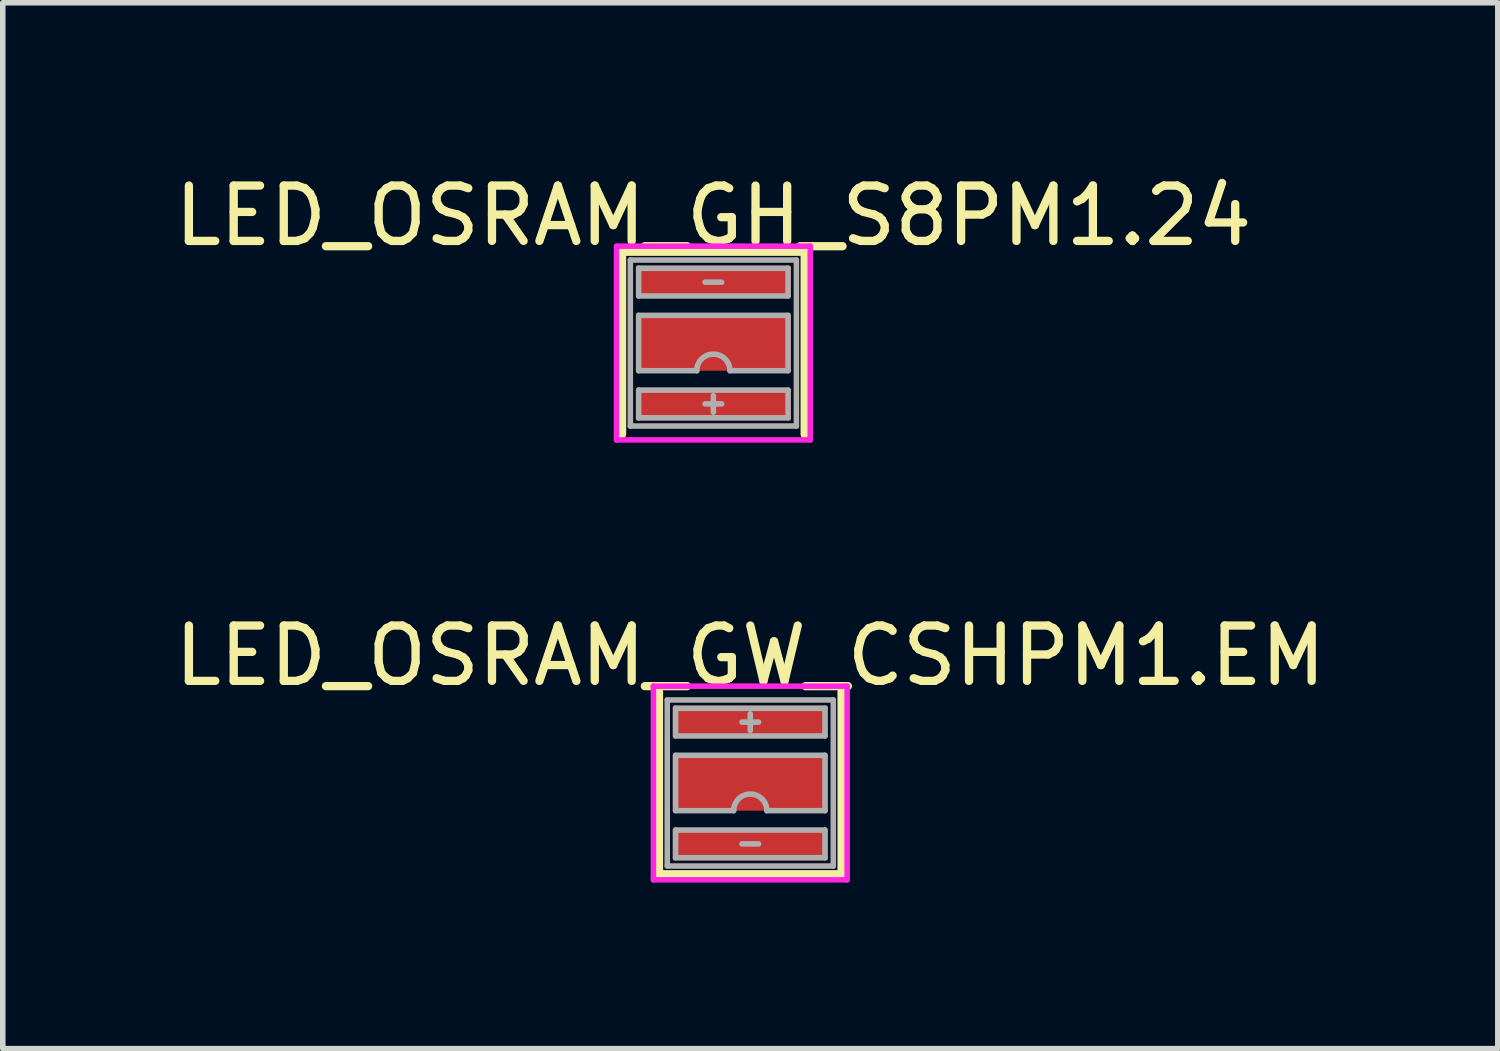
<source format=kicad_pcb>
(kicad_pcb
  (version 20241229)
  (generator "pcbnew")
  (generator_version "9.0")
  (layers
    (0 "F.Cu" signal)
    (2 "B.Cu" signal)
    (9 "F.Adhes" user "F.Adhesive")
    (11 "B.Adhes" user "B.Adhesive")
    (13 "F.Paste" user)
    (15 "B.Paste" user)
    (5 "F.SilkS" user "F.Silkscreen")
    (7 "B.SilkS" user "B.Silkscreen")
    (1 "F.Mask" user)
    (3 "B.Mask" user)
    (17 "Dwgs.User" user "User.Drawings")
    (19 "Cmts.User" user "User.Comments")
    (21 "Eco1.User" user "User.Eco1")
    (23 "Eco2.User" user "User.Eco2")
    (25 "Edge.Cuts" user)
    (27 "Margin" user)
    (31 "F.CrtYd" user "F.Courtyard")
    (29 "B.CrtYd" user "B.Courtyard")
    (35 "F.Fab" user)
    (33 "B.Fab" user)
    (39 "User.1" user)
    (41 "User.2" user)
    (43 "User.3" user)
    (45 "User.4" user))
  (footprint "LED_OSRAM_GH_S8PM1.24"
    (layer "F.Cu")
    (at 9.839 3.148)
    (property "Reference" "LED_OSRAM_GH_S8PM1.24" (at 0 -2.3 0) (layer "F.SilkS") (effects (font (size 1 1) (thickness 0.15))))
    (attr through_hole)
    (fp_line (start -1.65 -1.65) (end 1.65 -1.65) (stroke (width 0.15) (type solid)) (layer "F.SilkS"))
    (fp_line (start -1.65 1.65) (end -1.65 -1.65) (stroke (width 0.15) (type solid)) (layer "F.SilkS"))
    (fp_line (start 1.65 -1.65) (end 1.65 1.65) (stroke (width 0.15) (type solid)) (layer "F.SilkS"))
    (fp_line (start -1.75 -1.75) (end 1.75 -1.75) (stroke (width 0.1) (type solid)) (layer "F.CrtYd"))
    (fp_line (start -1.75 1.75) (end -1.75 -1.75) (stroke (width 0.1) (type solid)) (layer "F.CrtYd"))
    (fp_line (start 1.75 -1.75) (end 1.75 1.75) (stroke (width 0.1) (type solid)) (layer "F.CrtYd"))
    (fp_line (start 1.75 1.75) (end -1.75 1.75) (stroke (width 0.1) (type solid)) (layer "F.CrtYd"))
    (fp_line (start -1.5 -1.5) (end 1.5 -1.5) (stroke (width 0.1) (type solid)) (layer "F.Fab"))
    (fp_line (start -1.5 1.5) (end -1.5 -1.5) (stroke (width 0.1) (type solid)) (layer "F.Fab"))
    (fp_line (start -1.35 -1.35) (end 1.35 -1.35) (stroke (width 0.1) (type solid)) (layer "F.Fab"))
    (fp_line (start -1.35 -0.85) (end -1.35 -1.35) (stroke (width 0.1) (type solid)) (layer "F.Fab"))
    (fp_line (start -1.35 -0.5) (end -1.35 0.5) (stroke (width 0.1) (type solid)) (layer "F.Fab"))
    (fp_line (start -1.35 -0.5) (end 1.35 -0.5) (stroke (width 0.1) (type solid)) (layer "F.Fab"))
    (fp_line (start -1.35 0.5) (end -0.3 0.5) (stroke (width 0.1) (type solid)) (layer "F.Fab"))
    (fp_line (start -1.35 0.85) (end -1.35 1.35) (stroke (width 0.1) (type solid)) (layer "F.Fab"))
    (fp_line (start -1.35 1.35) (end 1.35 1.35) (stroke (width 0.1) (type solid)) (layer "F.Fab"))
    (fp_line (start -0.15 -1.1) (end 0.15 -1.1) (stroke (width 0.1) (type solid)) (layer "F.Fab"))
    (fp_line (start -0.15 1.1) (end 0.15 1.1) (stroke (width 0.1) (type solid)) (layer "F.Fab"))
    (fp_line (start 0 0.95) (end 0 1.25) (stroke (width 0.1) (type solid)) (layer "F.Fab"))
    (fp_line (start 1.35 -1.35) (end 1.35 -0.85) (stroke (width 0.1) (type solid)) (layer "F.Fab"))
    (fp_line (start 1.35 -0.85) (end -1.35 -0.85) (stroke (width 0.1) (type solid)) (layer "F.Fab"))
    (fp_line (start 1.35 -0.5) (end 1.35 0.5) (stroke (width 0.1) (type solid)) (layer "F.Fab"))
    (fp_line (start 1.35 0.5) (end 0.3 0.5) (stroke (width 0.1) (type solid)) (layer "F.Fab"))
    (fp_line (start 1.35 0.85) (end -1.35 0.85) (stroke (width 0.1) (type solid)) (layer "F.Fab"))
    (fp_line (start 1.35 1.35) (end 1.35 0.85) (stroke (width 0.1) (type solid)) (layer "F.Fab"))
    (fp_line (start 1.5 -1.5) (end 1.5 1.5) (stroke (width 0.1) (type solid)) (layer "F.Fab"))
    (fp_line (start 1.5 1.5) (end -1.5 1.5) (stroke (width 0.1) (type solid)) (layer "F.Fab"))
    (fp_arc (start -0.3 0.5) (mid 0 0.2) (end 0.3 0.5) (stroke (width 0.1) (type solid)) (layer "F.Fab"))
    (pad "" smd rect (at 0 0) (size 2.8 1) (layers "F.Cu" "F.Mask" "F.Paste"))
    (pad "1" smd rect (at 0 -1.125) (size 2.8 0.55) (layers "F.Cu" "F.Mask" "F.Paste"))
    (pad "2" smd rect (at 0 1.125) (size 2.8 0.55) (layers "F.Cu" "F.Mask" "F.Paste")))
  (footprint "LED_OSRAM_GW_CSHPM1.EM"
    (layer "F.Cu")
    (at 10.506 11.097)
    (property "Reference" "LED_OSRAM_GW_CSHPM1.EM" (at 0 -2.3 0) (layer "F.SilkS") (effects (font (size 1 1) (thickness 0.15))))
    (attr through_hole)
    (fp_line (start -1.65 1.65) (end -1.65 -1.65) (stroke (width 0.15) (type solid)) (layer "F.SilkS"))
    (fp_line (start -1.65 1.65) (end 1.65 1.65) (stroke (width 0.15) (type solid)) (layer "F.SilkS"))
    (fp_line (start 1.65 -1.65) (end 1.65 1.65) (stroke (width 0.15) (type solid)) (layer "F.SilkS"))
    (fp_line (start -1.75 -1.75) (end 1.75 -1.75) (stroke (width 0.1) (type solid)) (layer "F.CrtYd"))
    (fp_line (start -1.75 1.75) (end -1.75 -1.75) (stroke (width 0.1) (type solid)) (layer "F.CrtYd"))
    (fp_line (start 1.75 -1.75) (end 1.75 1.75) (stroke (width 0.1) (type solid)) (layer "F.CrtYd"))
    (fp_line (start 1.75 1.75) (end -1.75 1.75) (stroke (width 0.1) (type solid)) (layer "F.CrtYd"))
    (fp_line (start -1.5 -1.5) (end 1.5 -1.5) (stroke (width 0.1) (type solid)) (layer "F.Fab"))
    (fp_line (start -1.5 1.5) (end -1.5 -1.5) (stroke (width 0.1) (type solid)) (layer "F.Fab"))
    (fp_line (start -1.35 -1.35) (end 1.35 -1.35) (stroke (width 0.1) (type solid)) (layer "F.Fab"))
    (fp_line (start -1.35 -0.85) (end -1.35 -1.35) (stroke (width 0.1) (type solid)) (layer "F.Fab"))
    (fp_line (start -1.35 -0.5) (end -1.35 0.5) (stroke (width 0.1) (type solid)) (layer "F.Fab"))
    (fp_line (start -1.35 -0.5) (end 1.35 -0.5) (stroke (width 0.1) (type solid)) (layer "F.Fab"))
    (fp_line (start -1.35 0.5) (end -0.3 0.5) (stroke (width 0.1) (type solid)) (layer "F.Fab"))
    (fp_line (start -1.35 0.85) (end -1.35 1.35) (stroke (width 0.1) (type solid)) (layer "F.Fab"))
    (fp_line (start -1.35 1.35) (end 1.35 1.35) (stroke (width 0.1) (type solid)) (layer "F.Fab"))
    (fp_line (start -0.15 -1.1) (end 0.15 -1.1) (stroke (width 0.1) (type solid)) (layer "F.Fab"))
    (fp_line (start -0.15 1.1) (end 0.15 1.1) (stroke (width 0.1) (type solid)) (layer "F.Fab"))
    (fp_line (start 0 -1.25) (end 0 -0.95) (stroke (width 0.1) (type solid)) (layer "F.Fab"))
    (fp_line (start 1.35 -1.35) (end 1.35 -0.85) (stroke (width 0.1) (type solid)) (layer "F.Fab"))
    (fp_line (start 1.35 -0.85) (end -1.35 -0.85) (stroke (width 0.1) (type solid)) (layer "F.Fab"))
    (fp_line (start 1.35 -0.5) (end 1.35 0.5) (stroke (width 0.1) (type solid)) (layer "F.Fab"))
    (fp_line (start 1.35 0.5) (end 0.3 0.5) (stroke (width 0.1) (type solid)) (layer "F.Fab"))
    (fp_line (start 1.35 0.85) (end -1.35 0.85) (stroke (width 0.1) (type solid)) (layer "F.Fab"))
    (fp_line (start 1.35 1.35) (end 1.35 0.85) (stroke (width 0.1) (type solid)) (layer "F.Fab"))
    (fp_line (start 1.5 -1.5) (end 1.5 1.5) (stroke (width 0.1) (type solid)) (layer "F.Fab"))
    (fp_line (start 1.5 1.5) (end -1.5 1.5) (stroke (width 0.1) (type solid)) (layer "F.Fab"))
    (fp_arc (start -0.3 0.5) (mid 0 0.2) (end 0.3 0.5) (stroke (width 0.1) (type solid)) (layer "F.Fab"))
    (pad "" smd rect (at 0 0) (size 2.8 1) (layers "F.Cu" "F.Mask" "F.Paste"))
    (pad "1" smd rect (at 0 1.125) (size 2.8 0.55) (layers "F.Cu" "F.Mask" "F.Paste"))
    (pad "2" smd rect (at 0 -1.125) (size 2.8 0.55) (layers "F.Cu" "F.Mask" "F.Paste")))
  (gr_rect
    (start -3 -3)
    (end 24.012 15.896)
    (stroke (width 0.1) (type default))
    (fill no)
    (layer "Edge.Cuts")))
</source>
